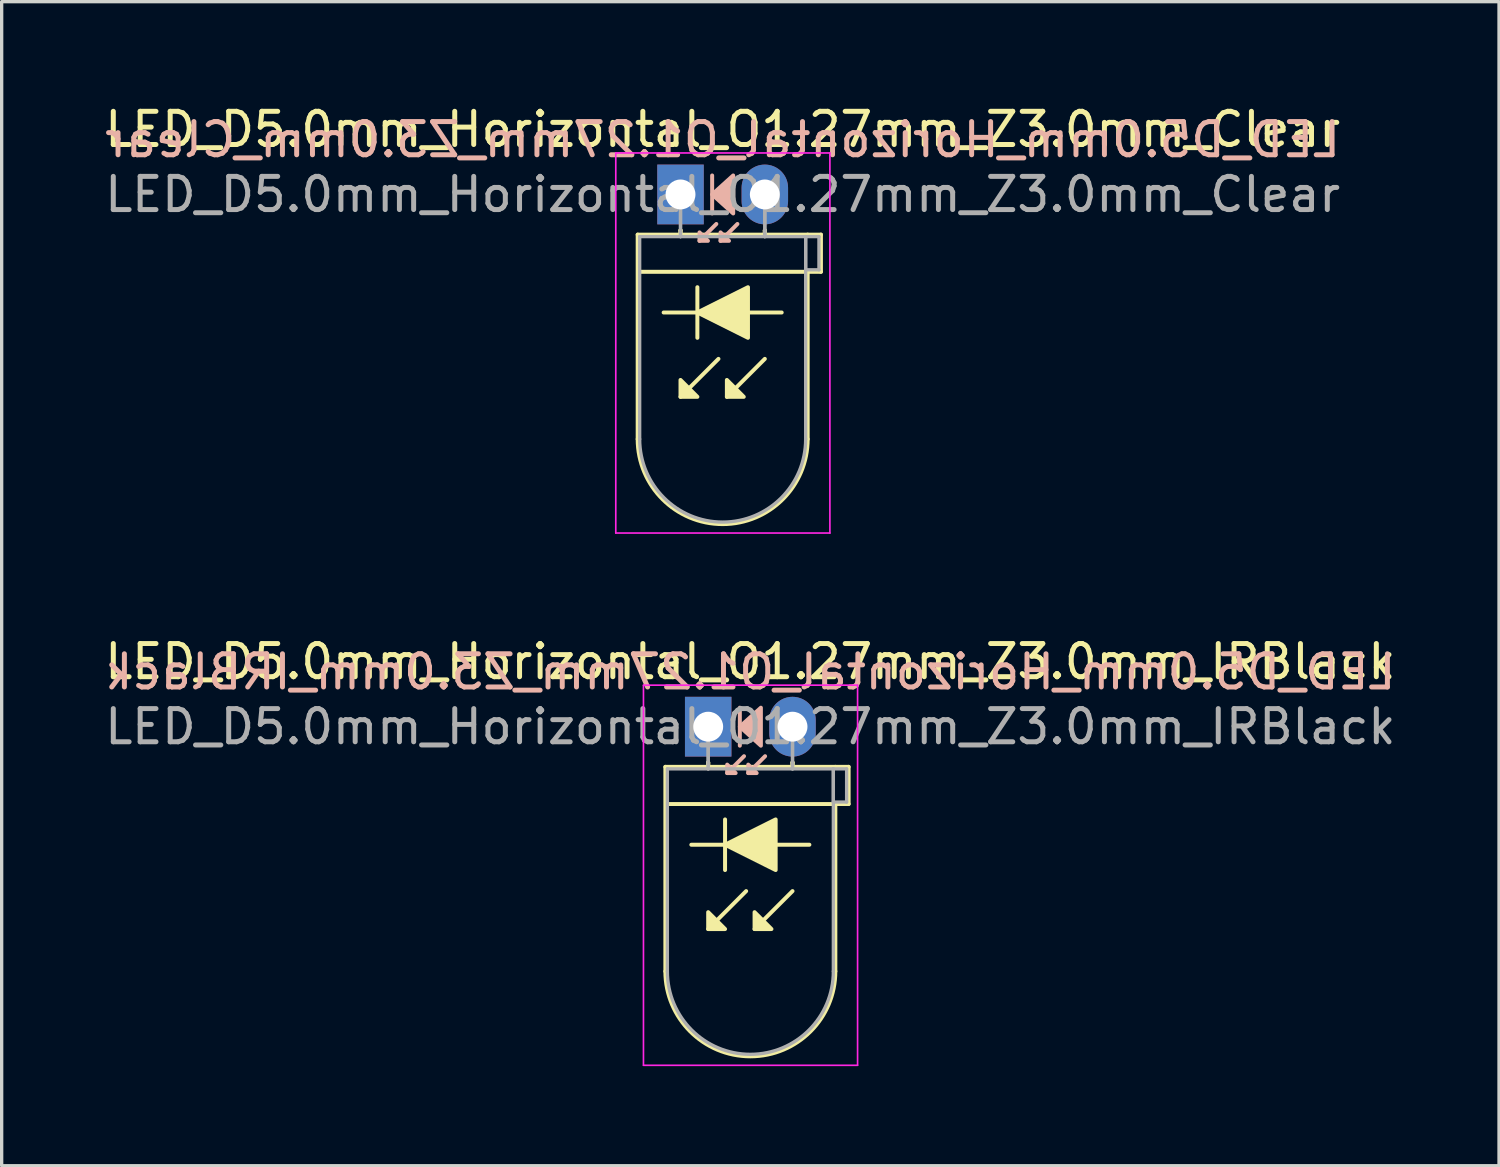
<source format=kicad_pcb>
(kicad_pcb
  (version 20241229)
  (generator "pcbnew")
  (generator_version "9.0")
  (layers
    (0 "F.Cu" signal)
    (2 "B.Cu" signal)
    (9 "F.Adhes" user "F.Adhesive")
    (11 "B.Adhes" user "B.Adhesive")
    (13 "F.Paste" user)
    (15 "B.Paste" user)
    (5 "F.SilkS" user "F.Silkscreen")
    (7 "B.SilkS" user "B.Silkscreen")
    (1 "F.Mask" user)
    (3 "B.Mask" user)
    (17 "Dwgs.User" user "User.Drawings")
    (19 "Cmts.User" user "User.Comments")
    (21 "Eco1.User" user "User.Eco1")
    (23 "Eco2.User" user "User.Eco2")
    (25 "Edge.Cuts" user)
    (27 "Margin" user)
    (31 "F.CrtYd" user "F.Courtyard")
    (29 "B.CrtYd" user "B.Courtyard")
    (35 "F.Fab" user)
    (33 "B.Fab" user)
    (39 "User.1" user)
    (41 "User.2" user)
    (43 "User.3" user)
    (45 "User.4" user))
  (footprint "LED_D5.0mm_Horizontal_O1.27mm_Z3.0mm_Clear"
    (layer "F.Cu")
    (at 17.45 2.808)
    (property "Reference" "LED_D5.0mm_Horizontal_O1.27mm_Z3.0mm_Clear" (at 1.27 -1.96 0) (layer "F.SilkS") (effects (font (size 1 1) (thickness 0.15))))
    (fp_line (start -1.29 1.21) (end -1.29 7.37) (stroke (width 0.12) (type solid)) (layer "F.SilkS"))
    (fp_line (start -1.29 1.21) (end 3.83 1.21) (stroke (width 0.12) (type solid)) (layer "F.SilkS"))
    (fp_line (start 0 1.08) (end 0 1.08) (stroke (width 0.12) (type solid)) (layer "F.SilkS"))
    (fp_line (start 0 1.08) (end 0 1.21) (stroke (width 0.12) (type solid)) (layer "F.SilkS"))
    (fp_line (start 0 1.21) (end 0 1.08) (stroke (width 0.12) (type solid)) (layer "F.SilkS"))
    (fp_line (start 0 1.21) (end 0 1.21) (stroke (width 0.12) (type solid)) (layer "F.SilkS"))
    (fp_line (start 0.508 2.794) (end 0.508 4.318) (stroke (width 0.12) (type solid)) (layer "F.SilkS"))
    (fp_line (start 0.508 3.556) (end -0.508 3.556) (stroke (width 0.12) (type solid)) (layer "F.SilkS"))
    (fp_line (start 1.143 4.953) (end 0 6.096) (stroke (width 0.12) (type solid)) (layer "F.SilkS"))
    (fp_line (start 2.54 1.08) (end 2.54 1.08) (stroke (width 0.12) (type solid)) (layer "F.SilkS"))
    (fp_line (start 2.54 1.08) (end 2.54 1.21) (stroke (width 0.12) (type solid)) (layer "F.SilkS"))
    (fp_line (start 2.54 1.21) (end 2.54 1.08) (stroke (width 0.12) (type solid)) (layer "F.SilkS"))
    (fp_line (start 2.54 1.21) (end 2.54 1.21) (stroke (width 0.12) (type solid)) (layer "F.SilkS"))
    (fp_line (start 2.54 4.953) (end 1.397 6.096) (stroke (width 0.12) (type solid)) (layer "F.SilkS"))
    (fp_line (start 3.048 3.556) (end 2.032 3.556) (stroke (width 0.12) (type solid)) (layer "F.SilkS"))
    (fp_line (start 3.83 1.21) (end 4.23 1.21) (stroke (width 0.12) (type solid)) (layer "F.SilkS"))
    (fp_line (start 3.83 2.33) (end 3.83 7.37) (stroke (width 0.12) (type solid)) (layer "F.SilkS"))
    (fp_line (start 4.23 1.21) (end 4.23 2.33) (stroke (width 0.12) (type solid)) (layer "F.SilkS"))
    (fp_line (start 4.23 2.33) (end -1.27 2.33) (stroke (width 0.12) (type solid)) (layer "F.SilkS"))
    (fp_arc (start 3.83 7.37) (mid 1.27 9.93) (end -1.29 7.37) (stroke (width 0.12) (type solid)) (layer "F.SilkS"))
    (fp_poly (pts (xy 0 5.588) (xy 0.508 6.096) (xy 0 6.096)) (stroke (width 0.12) (type solid)) (fill yes) (layer "F.SilkS"))
    (fp_poly (pts (xy 1.397 5.588) (xy 1.905 6.096) (xy 1.397 6.096)) (stroke (width 0.12) (type solid)) (fill yes) (layer "F.SilkS"))
    (fp_poly (pts (xy 2.032 4.318) (xy 0.508 3.556) (xy 2.032 2.794)) (stroke (width 0.12) (type solid)) (fill yes) (layer "F.SilkS"))
    (fp_line (start 0.953 -0.572) (end 0.953 0.572) (stroke (width 0.12) (type solid)) (layer "B.SilkS"))
    (fp_line (start 1.079 0.889) (end 0.572 1.397) (stroke (width 0.12) (type solid)) (layer "B.SilkS"))
    (fp_line (start 1.714 0.889) (end 1.206 1.397) (stroke (width 0.12) (type solid)) (layer "B.SilkS"))
    (fp_poly (pts (xy 0.572 1.143) (xy 0.826 1.397) (xy 0.572 1.397)) (stroke (width 0.12) (type solid)) (fill yes) (layer "B.SilkS"))
    (fp_poly (pts (xy 1.206 1.143) (xy 1.46 1.397) (xy 1.206 1.397)) (stroke (width 0.12) (type solid)) (fill yes) (layer "B.SilkS"))
    (fp_poly (pts (xy 1.587 0.572) (xy 0.953 0) (xy 1.587 -0.572)) (stroke (width 0.12) (type solid)) (fill yes) (layer "B.SilkS"))
    (fp_line (start -1.95 -1.25) (end -1.95 10.2) (stroke (width 0.05) (type solid)) (layer "F.CrtYd"))
    (fp_line (start -1.95 10.2) (end 4.5 10.2) (stroke (width 0.05) (type solid)) (layer "F.CrtYd"))
    (fp_line (start 4.5 -1.25) (end -1.95 -1.25) (stroke (width 0.05) (type solid)) (layer "F.CrtYd"))
    (fp_line (start 4.5 10.2) (end 4.5 -1.25) (stroke (width 0.05) (type solid)) (layer "F.CrtYd"))
    (fp_line (start -1.23 1.27) (end -1.23 7.37) (stroke (width 0.1) (type solid)) (layer "F.Fab"))
    (fp_line (start -1.23 1.27) (end 3.77 1.27) (stroke (width 0.1) (type solid)) (layer "F.Fab"))
    (fp_line (start 0 0) (end 0 0) (stroke (width 0.1) (type solid)) (layer "F.Fab"))
    (fp_line (start 0 0) (end 0 1.27) (stroke (width 0.1) (type solid)) (layer "F.Fab"))
    (fp_line (start 0 1.27) (end 0 0) (stroke (width 0.1) (type solid)) (layer "F.Fab"))
    (fp_line (start 0 1.27) (end 0 1.27) (stroke (width 0.1) (type solid)) (layer "F.Fab"))
    (fp_line (start 2.54 0) (end 2.54 0) (stroke (width 0.1) (type solid)) (layer "F.Fab"))
    (fp_line (start 2.54 0) (end 2.54 1.27) (stroke (width 0.1) (type solid)) (layer "F.Fab"))
    (fp_line (start 2.54 1.27) (end 2.54 0) (stroke (width 0.1) (type solid)) (layer "F.Fab"))
    (fp_line (start 2.54 1.27) (end 2.54 1.27) (stroke (width 0.1) (type solid)) (layer "F.Fab"))
    (fp_line (start 3.77 1.27) (end 3.77 7.37) (stroke (width 0.1) (type solid)) (layer "F.Fab"))
    (fp_line (start 3.77 1.27) (end 4.17 1.27) (stroke (width 0.1) (type solid)) (layer "F.Fab"))
    (fp_line (start 3.77 2.27) (end 3.77 1.27) (stroke (width 0.1) (type solid)) (layer "F.Fab"))
    (fp_line (start 4.17 1.27) (end 4.17 2.27) (stroke (width 0.1) (type solid)) (layer "F.Fab"))
    (fp_line (start 4.17 2.27) (end 3.77 2.27) (stroke (width 0.1) (type solid)) (layer "F.Fab"))
    (fp_arc (start 3.77 7.37) (mid 1.27 9.87) (end -1.23 7.37) (stroke (width 0.1) (type solid)) (layer "F.Fab"))
    (fp_text user "${REFERENCE}" (at 1.27 -1.651 0) (layer "B.SilkS") (effects (font (size 1 1) (thickness 0.15)) (justify mirror)))
    (fp_text user "${REFERENCE}" (at 1.27 0 0) (layer "F.Fab") (effects (font (size 1 1) (thickness 0.15))))
    (pad "1" thru_hole rect (at 0 0) (size 1.4 1.8) (drill 0.9) (layers "*.Cu" "*.Mask"))
    (pad "2" thru_hole oval (at 2.54 0) (size 1.4 1.8) (drill 0.9) (layers "*.Cu" "*.Mask")))
  (footprint "LED_D5.0mm_Horizontal_O1.27mm_Z3.0mm_IRBlack"
    (layer "F.Cu")
    (at 18.284 18.841)
    (property "Reference" "LED_D5.0mm_Horizontal_O1.27mm_Z3.0mm_IRBlack" (at 1.27 -1.96 0) (layer "F.SilkS") (effects (font (size 1 1) (thickness 0.15))))
    (fp_line (start -1.29 1.21) (end -1.29 7.37) (stroke (width 0.12) (type solid)) (layer "F.SilkS"))
    (fp_line (start -1.29 1.21) (end 3.83 1.21) (stroke (width 0.12) (type solid)) (layer "F.SilkS"))
    (fp_line (start 0 1.08) (end 0 1.08) (stroke (width 0.12) (type solid)) (layer "F.SilkS"))
    (fp_line (start 0 1.08) (end 0 1.21) (stroke (width 0.12) (type solid)) (layer "F.SilkS"))
    (fp_line (start 0 1.21) (end 0 1.08) (stroke (width 0.12) (type solid)) (layer "F.SilkS"))
    (fp_line (start 0 1.21) (end 0 1.21) (stroke (width 0.12) (type solid)) (layer "F.SilkS"))
    (fp_line (start 0.508 2.794) (end 0.508 4.318) (stroke (width 0.12) (type solid)) (layer "F.SilkS"))
    (fp_line (start 0.508 3.556) (end -0.508 3.556) (stroke (width 0.12) (type solid)) (layer "F.SilkS"))
    (fp_line (start 1.143 4.953) (end 0 6.096) (stroke (width 0.12) (type solid)) (layer "F.SilkS"))
    (fp_line (start 2.54 1.08) (end 2.54 1.08) (stroke (width 0.12) (type solid)) (layer "F.SilkS"))
    (fp_line (start 2.54 1.08) (end 2.54 1.21) (stroke (width 0.12) (type solid)) (layer "F.SilkS"))
    (fp_line (start 2.54 1.21) (end 2.54 1.08) (stroke (width 0.12) (type solid)) (layer "F.SilkS"))
    (fp_line (start 2.54 1.21) (end 2.54 1.21) (stroke (width 0.12) (type solid)) (layer "F.SilkS"))
    (fp_line (start 2.54 4.953) (end 1.397 6.096) (stroke (width 0.12) (type solid)) (layer "F.SilkS"))
    (fp_line (start 3.048 3.556) (end 2.032 3.556) (stroke (width 0.12) (type solid)) (layer "F.SilkS"))
    (fp_line (start 3.83 1.21) (end 4.23 1.21) (stroke (width 0.12) (type solid)) (layer "F.SilkS"))
    (fp_line (start 3.83 2.33) (end 3.83 7.37) (stroke (width 0.12) (type solid)) (layer "F.SilkS"))
    (fp_line (start 4.23 1.21) (end 4.23 2.33) (stroke (width 0.12) (type solid)) (layer "F.SilkS"))
    (fp_line (start 4.23 2.33) (end -1.27 2.33) (stroke (width 0.12) (type solid)) (layer "F.SilkS"))
    (fp_arc (start 3.83 7.37) (mid 1.27 9.93) (end -1.29 7.37) (stroke (width 0.12) (type solid)) (layer "F.SilkS"))
    (fp_poly (pts (xy 0 5.588) (xy 0.508 6.096) (xy 0 6.096)) (stroke (width 0.12) (type solid)) (fill yes) (layer "F.SilkS"))
    (fp_poly (pts (xy 1.397 5.588) (xy 1.905 6.096) (xy 1.397 6.096)) (stroke (width 0.12) (type solid)) (fill yes) (layer "F.SilkS"))
    (fp_poly (pts (xy 2.032 4.318) (xy 0.508 3.556) (xy 2.032 2.794)) (stroke (width 0.12) (type solid)) (fill yes) (layer "F.SilkS"))
    (fp_line (start 0.953 -0.572) (end 0.953 0.572) (stroke (width 0.12) (type solid)) (layer "B.SilkS"))
    (fp_line (start 1.079 0.889) (end 0.572 1.397) (stroke (width 0.12) (type solid)) (layer "B.SilkS"))
    (fp_line (start 1.714 0.889) (end 1.206 1.397) (stroke (width 0.12) (type solid)) (layer "B.SilkS"))
    (fp_poly (pts (xy 0.572 1.143) (xy 0.826 1.397) (xy 0.572 1.397)) (stroke (width 0.12) (type solid)) (fill yes) (layer "B.SilkS"))
    (fp_poly (pts (xy 1.206 1.143) (xy 1.46 1.397) (xy 1.206 1.397)) (stroke (width 0.12) (type solid)) (fill yes) (layer "B.SilkS"))
    (fp_poly (pts (xy 1.587 0.572) (xy 0.953 0) (xy 1.587 -0.572)) (stroke (width 0.12) (type solid)) (fill yes) (layer "B.SilkS"))
    (fp_line (start -1.95 -1.25) (end -1.95 10.2) (stroke (width 0.05) (type solid)) (layer "F.CrtYd"))
    (fp_line (start -1.95 10.2) (end 4.5 10.2) (stroke (width 0.05) (type solid)) (layer "F.CrtYd"))
    (fp_line (start 4.5 -1.25) (end -1.95 -1.25) (stroke (width 0.05) (type solid)) (layer "F.CrtYd"))
    (fp_line (start 4.5 10.2) (end 4.5 -1.25) (stroke (width 0.05) (type solid)) (layer "F.CrtYd"))
    (fp_line (start -1.23 1.27) (end -1.23 7.37) (stroke (width 0.1) (type solid)) (layer "F.Fab"))
    (fp_line (start -1.23 1.27) (end 3.77 1.27) (stroke (width 0.1) (type solid)) (layer "F.Fab"))
    (fp_line (start 0 0) (end 0 0) (stroke (width 0.1) (type solid)) (layer "F.Fab"))
    (fp_line (start 0 0) (end 0 1.27) (stroke (width 0.1) (type solid)) (layer "F.Fab"))
    (fp_line (start 0 1.27) (end 0 0) (stroke (width 0.1) (type solid)) (layer "F.Fab"))
    (fp_line (start 0 1.27) (end 0 1.27) (stroke (width 0.1) (type solid)) (layer "F.Fab"))
    (fp_line (start 2.54 0) (end 2.54 0) (stroke (width 0.1) (type solid)) (layer "F.Fab"))
    (fp_line (start 2.54 0) (end 2.54 1.27) (stroke (width 0.1) (type solid)) (layer "F.Fab"))
    (fp_line (start 2.54 1.27) (end 2.54 0) (stroke (width 0.1) (type solid)) (layer "F.Fab"))
    (fp_line (start 2.54 1.27) (end 2.54 1.27) (stroke (width 0.1) (type solid)) (layer "F.Fab"))
    (fp_line (start 3.77 1.27) (end 3.77 7.37) (stroke (width 0.1) (type solid)) (layer "F.Fab"))
    (fp_line (start 3.77 1.27) (end 4.17 1.27) (stroke (width 0.1) (type solid)) (layer "F.Fab"))
    (fp_line (start 3.77 2.27) (end 3.77 1.27) (stroke (width 0.1) (type solid)) (layer "F.Fab"))
    (fp_line (start 4.17 1.27) (end 4.17 2.27) (stroke (width 0.1) (type solid)) (layer "F.Fab"))
    (fp_line (start 4.17 2.27) (end 3.77 2.27) (stroke (width 0.1) (type solid)) (layer "F.Fab"))
    (fp_arc (start 3.77 7.37) (mid 1.27 9.87) (end -1.23 7.37) (stroke (width 0.1) (type solid)) (layer "F.Fab"))
    (fp_text user "${REFERENCE}" (at 1.27 -1.651 0) (layer "B.SilkS") (effects (font (size 1 1) (thickness 0.15)) (justify mirror)))
    (fp_text user "${REFERENCE}" (at 1.27 0 0) (layer "F.Fab") (effects (font (size 1 1) (thickness 0.15))))
    (pad "1" thru_hole rect (at 0 0) (size 1.4 1.8) (drill 0.9) (layers "*.Cu" "*.Mask"))
    (pad "2" thru_hole oval (at 2.54 0) (size 1.4 1.8) (drill 0.9) (layers "*.Cu" "*.Mask")))
  (gr_rect
    (start -3 -3)
    (end 42.107 32.066)
    (stroke (width 0.1) (type default))
    (fill no)
    (layer "Edge.Cuts")))
</source>
